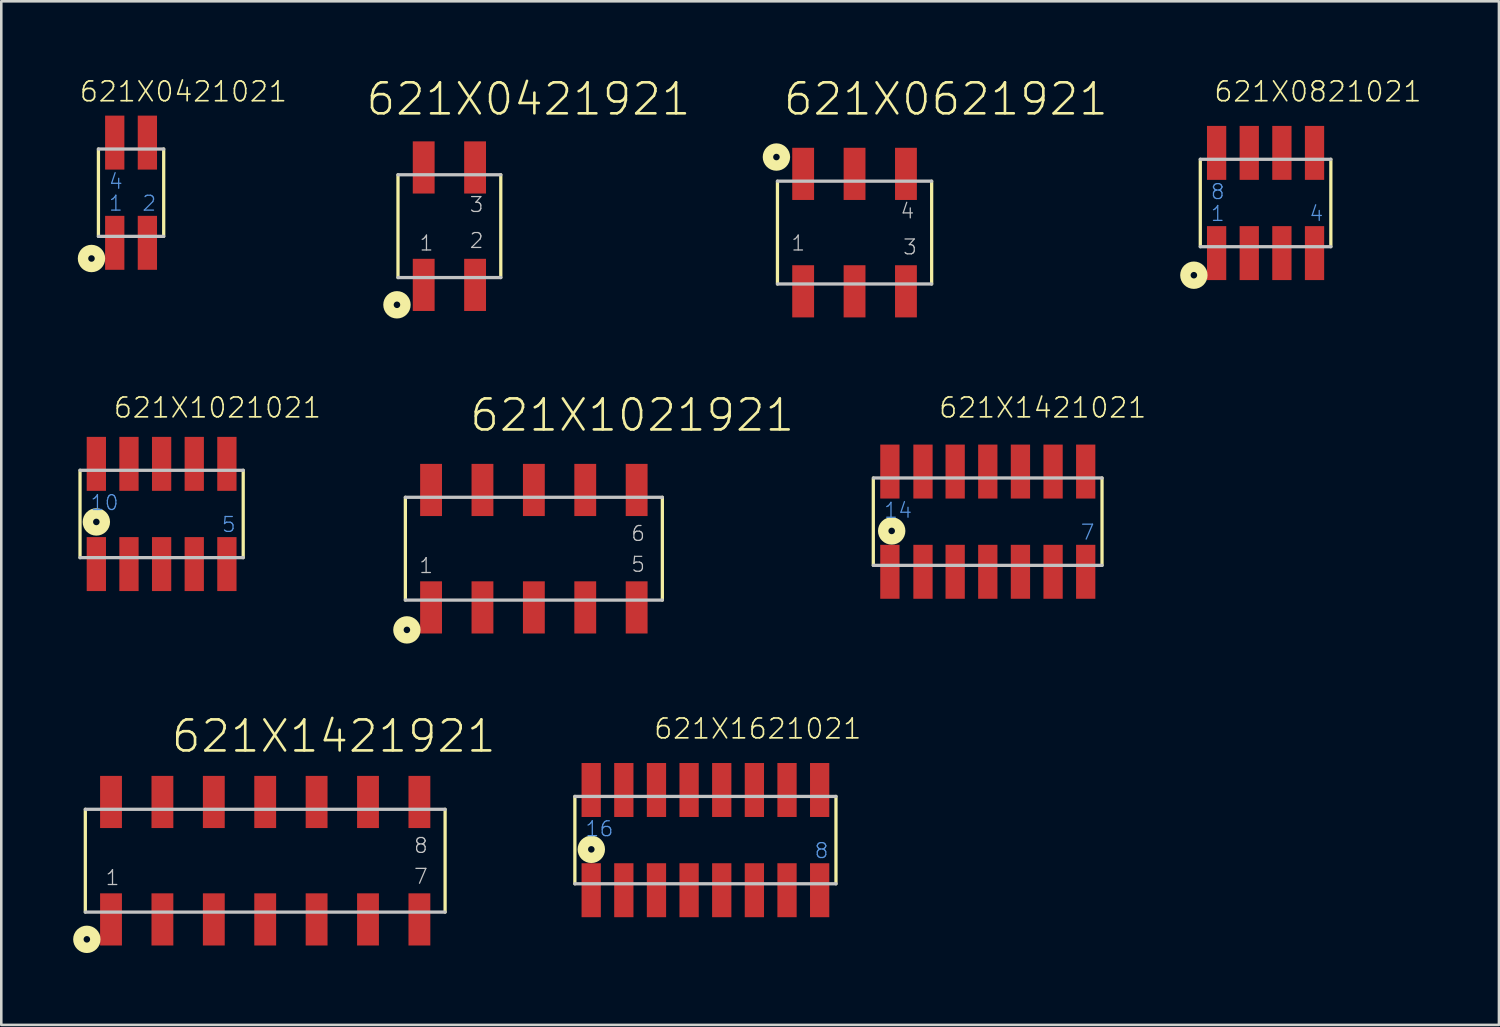
<source format=kicad_pcb>
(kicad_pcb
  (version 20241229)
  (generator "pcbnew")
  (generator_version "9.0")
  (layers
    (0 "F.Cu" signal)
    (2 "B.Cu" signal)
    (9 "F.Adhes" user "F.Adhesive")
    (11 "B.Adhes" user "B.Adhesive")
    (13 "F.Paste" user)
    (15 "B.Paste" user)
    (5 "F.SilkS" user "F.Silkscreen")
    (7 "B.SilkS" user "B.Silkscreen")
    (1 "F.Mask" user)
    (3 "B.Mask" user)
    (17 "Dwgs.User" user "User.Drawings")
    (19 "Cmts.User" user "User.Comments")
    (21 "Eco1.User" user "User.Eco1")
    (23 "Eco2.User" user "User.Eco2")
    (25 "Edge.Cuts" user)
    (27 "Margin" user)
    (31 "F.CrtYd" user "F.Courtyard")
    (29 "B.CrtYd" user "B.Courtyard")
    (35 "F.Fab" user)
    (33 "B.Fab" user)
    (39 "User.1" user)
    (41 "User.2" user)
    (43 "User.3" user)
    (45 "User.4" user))
  (footprint "621X1421021"
    (layer "F.Cu")
    (at 35.388 17.25)
    (property "Reference" "621X1421021" (at -1.95 -3.982 0) (layer "F.SilkS") (effects (font (size 0.772 0.772) (thickness 0.065)) (justify left bottom)))
    (attr through_hole)
    (fp_line (start -4.455 -1.7) (end -4.455 1.7) (stroke (width 0.127) (type solid)) (layer "F.SilkS"))
    (fp_line (start 4.445 1.7) (end 4.445 -1.7) (stroke (width 0.127) (type solid)) (layer "F.SilkS"))
    (fp_circle (center -3.74 0.36) (end -3.613 0.36) (stroke (width 0.406) (type solid)) (fill no) (layer "F.SilkS"))
    (fp_line (start -4.455 1.7) (end 4.445 1.7) (stroke (width 0.127) (type solid)) (layer "Dwgs.User"))
    (fp_line (start 4.445 -1.7) (end -4.445 -1.7) (stroke (width 0.127) (type solid)) (layer "Dwgs.User"))
    (fp_text user "7" (at 3.575 0.75 0) (layer "Cmts.User") (effects (font (size 0.579 0.579) (thickness 0.049)) (justify left bottom)))
    (fp_text user "14" (at -4.075 -0.1 0) (layer "Cmts.User") (effects (font (size 0.579 0.579) (thickness 0.049)) (justify left bottom)))
    (pad "1" smd rect (at -3.81 1.95) (size 0.75 2.1) (layers "F.Cu" "F.Mask" "F.Paste"))
    (pad "2" smd rect (at -2.522 1.95) (size 0.75 2.1) (layers "F.Cu" "F.Mask" "F.Paste"))
    (pad "3" smd rect (at -1.27 1.95) (size 0.75 2.1) (layers "F.Cu" "F.Mask" "F.Paste"))
    (pad "4" smd rect (at 0 1.95) (size 0.75 2.1) (layers "F.Cu" "F.Mask" "F.Paste"))
    (pad "5" smd rect (at 1.27 1.95) (size 0.75 2.1) (layers "F.Cu" "F.Mask" "F.Paste"))
    (pad "6" smd rect (at 2.54 1.95) (size 0.75 2.1) (layers "F.Cu" "F.Mask" "F.Paste"))
    (pad "7" smd rect (at 3.81 1.95) (size 0.75 2.1) (layers "F.Cu" "F.Mask" "F.Paste"))
    (pad "8" smd rect (at 3.81 -1.95) (size 0.75 2.1) (layers "F.Cu" "F.Mask" "F.Paste"))
    (pad "9" smd rect (at 2.54 -1.95) (size 0.75 2.1) (layers "F.Cu" "F.Mask" "F.Paste"))
    (pad "10" smd rect (at 1.27 -1.95) (size 0.75 2.1) (layers "F.Cu" "F.Mask" "F.Paste"))
    (pad "11" smd rect (at 0 -1.95) (size 0.75 2.1) (layers "F.Cu" "F.Mask" "F.Paste"))
    (pad "12" smd rect (at -1.27 -1.95) (size 0.75 2.1) (layers "F.Cu" "F.Mask" "F.Paste"))
    (pad "13" smd rect (at -2.522 -1.95) (size 0.75 2.1) (layers "F.Cu" "F.Mask" "F.Paste"))
    (pad "14" smd rect (at -3.81 -1.95) (size 0.75 2.1) (layers "F.Cu" "F.Mask" "F.Paste")))
  (footprint "621X0421921"
    (layer "F.Cu")
    (at 14.437 5.751)
    (property "Reference" "621X0421921" (at -3.307 -4.239 0) (layer "F.SilkS") (effects (font (size 1.206 1.206) (thickness 0.102)) (justify left bottom)))
    (attr through_hole)
    (fp_line (start -2 2) (end -2 -2) (stroke (width 0.127) (type solid)) (layer "F.SilkS"))
    (fp_line (start 2 -2) (end 2 2) (stroke (width 0.127) (type solid)) (layer "F.SilkS"))
    (fp_circle (center -2.04 3.06) (end -1.913 3.06) (stroke (width 0.406) (type solid)) (fill no) (layer "F.SilkS"))
    (fp_line (start -2 -2) (end 2 -2) (stroke (width 0.127) (type solid)) (layer "Dwgs.User"))
    (fp_line (start 2 2) (end -2 2) (stroke (width 0.127) (type solid)) (layer "Dwgs.User"))
    (fp_text user "1" (at -1.2 1 0) (layer "Dwgs.User") (effects (font (size 0.579 0.579) (thickness 0.049)) (justify left bottom)))
    (fp_text user "2" (at 0.75 0.9 0) (layer "Dwgs.User") (effects (font (size 0.579 0.579) (thickness 0.049)) (justify left bottom)))
    (fp_text user "3" (at 0.75 -0.5 0) (layer "Dwgs.User") (effects (font (size 0.579 0.579) (thickness 0.049)) (justify left bottom)))
    (pad "1" smd rect (at -1 2.285) (size 0.85 2.03) (layers "F.Cu" "F.Mask" "F.Paste"))
    (pad "2" smd rect (at 1 2.285) (size 0.85 2.03) (layers "F.Cu" "F.Mask" "F.Paste"))
    (pad "3" smd rect (at 1 -2.285) (size 0.85 2.03) (layers "F.Cu" "F.Mask" "F.Paste"))
    (pad "4" smd rect (at -1 -2.285) (size 0.85 2.03) (layers "F.Cu" "F.Mask" "F.Paste")))
  (footprint "621X1621021"
    (layer "F.Cu")
    (at 24.4 29.641)
    (property "Reference" "621X1621021" (at -2.05 -3.882 0) (layer "F.SilkS") (effects (font (size 0.772 0.772) (thickness 0.065)) (justify left bottom)))
    (attr through_hole)
    (fp_line (start -5.08 -1.7) (end -5.08 1.7) (stroke (width 0.127) (type solid)) (layer "F.SilkS"))
    (fp_line (start 5.08 -1.7) (end 5.08 1.7) (stroke (width 0.127) (type solid)) (layer "F.SilkS"))
    (fp_circle (center -4.44 0.36) (end -4.313 0.36) (stroke (width 0.406) (type solid)) (fill no) (layer "F.SilkS"))
    (fp_line (start -5.08 -1.7) (end 5.08 -1.7) (stroke (width 0.127) (type solid)) (layer "Dwgs.User"))
    (fp_line (start 5.08 1.7) (end -5.08 1.7) (stroke (width 0.127) (type solid)) (layer "Dwgs.User"))
    (fp_text user "16" (at -4.71 -0.1 0) (layer "Cmts.User") (effects (font (size 0.579 0.579) (thickness 0.049)) (justify left bottom)))
    (fp_text user "8" (at 4.21 0.75 0) (layer "Cmts.User") (effects (font (size 0.579 0.579) (thickness 0.049)) (justify left bottom)))
    (pad "1" smd rect (at -4.445 1.95) (size 0.75 2.1) (layers "F.Cu" "F.Mask" "F.Paste"))
    (pad "2" smd rect (at -3.175 1.95) (size 0.75 2.1) (layers "F.Cu" "F.Mask" "F.Paste"))
    (pad "3" smd rect (at -1.905 1.95) (size 0.75 2.1) (layers "F.Cu" "F.Mask" "F.Paste"))
    (pad "4" smd rect (at -0.635 1.95) (size 0.75 2.1) (layers "F.Cu" "F.Mask" "F.Paste"))
    (pad "5" smd rect (at 0.635 1.95) (size 0.75 2.1) (layers "F.Cu" "F.Mask" "F.Paste"))
    (pad "6" smd rect (at 1.905 1.95) (size 0.75 2.1) (layers "F.Cu" "F.Mask" "F.Paste"))
    (pad "7" smd rect (at 3.175 1.95) (size 0.75 2.1) (layers "F.Cu" "F.Mask" "F.Paste"))
    (pad "8" smd rect (at 4.445 1.95) (size 0.75 2.1) (layers "F.Cu" "F.Mask" "F.Paste"))
    (pad "9" smd rect (at 4.445 -1.95) (size 0.75 2.1) (layers "F.Cu" "F.Mask" "F.Paste"))
    (pad "10" smd rect (at 3.175 -1.95) (size 0.75 2.1) (layers "F.Cu" "F.Mask" "F.Paste"))
    (pad "11" smd rect (at 1.905 -1.95) (size 0.75 2.1) (layers "F.Cu" "F.Mask" "F.Paste"))
    (pad "12" smd rect (at 0.635 -1.95) (size 0.75 2.1) (layers "F.Cu" "F.Mask" "F.Paste"))
    (pad "13" smd rect (at -0.635 -1.95) (size 0.75 2.1) (layers "F.Cu" "F.Mask" "F.Paste"))
    (pad "14" smd rect (at -1.905 -1.95) (size 0.75 2.1) (layers "F.Cu" "F.Mask" "F.Paste"))
    (pad "15" smd rect (at -3.175 -1.95) (size 0.75 2.1) (layers "F.Cu" "F.Mask" "F.Paste"))
    (pad "16" smd rect (at -4.445 -1.95) (size 0.75 2.1) (layers "F.Cu" "F.Mask" "F.Paste")))
  (footprint "621X1021021"
    (layer "F.Cu")
    (at 3.239 16.95)
    (property "Reference" "621X1021021" (at -1.915 -3.682 0) (layer "F.SilkS") (effects (font (size 0.772 0.772) (thickness 0.065)) (justify left bottom)))
    (attr through_hole)
    (fp_line (start -3.175 -1.7) (end -3.175 1.7) (stroke (width 0.127) (type solid)) (layer "F.SilkS"))
    (fp_line (start 3.175 1.7) (end 3.175 -1.7) (stroke (width 0.127) (type solid)) (layer "F.SilkS"))
    (fp_circle (center -2.54 0.31) (end -2.413 0.31) (stroke (width 0.406) (type solid)) (fill no) (layer "F.SilkS"))
    (fp_line (start -3.175 1.7) (end 3.175 1.7) (stroke (width 0.127) (type solid)) (layer "Dwgs.User"))
    (fp_line (start 3.175 -1.7) (end -3.175 -1.7) (stroke (width 0.127) (type solid)) (layer "Dwgs.User"))
    (fp_text user "5" (at 2.305 0.75 0) (layer "Cmts.User") (effects (font (size 0.579 0.579) (thickness 0.049)) (justify left bottom)))
    (fp_text user "10" (at -2.805 -0.1 0) (layer "Cmts.User") (effects (font (size 0.579 0.579) (thickness 0.049)) (justify left bottom)))
    (pad "1" smd rect (at -2.54 1.95) (size 0.75 2.1) (layers "F.Cu" "F.Mask" "F.Paste"))
    (pad "2" smd rect (at -1.27 1.95) (size 0.75 2.1) (layers "F.Cu" "F.Mask" "F.Paste"))
    (pad "3" smd rect (at 0 1.95) (size 0.75 2.1) (layers "F.Cu" "F.Mask" "F.Paste"))
    (pad "4" smd rect (at 1.27 1.95) (size 0.75 2.1) (layers "F.Cu" "F.Mask" "F.Paste"))
    (pad "5" smd rect (at 2.54 1.95) (size 0.75 2.1) (layers "F.Cu" "F.Mask" "F.Paste"))
    (pad "6" smd rect (at 2.54 -1.95) (size 0.75 2.1) (layers "F.Cu" "F.Mask" "F.Paste"))
    (pad "7" smd rect (at 1.27 -1.95) (size 0.75 2.1) (layers "F.Cu" "F.Mask" "F.Paste"))
    (pad "8" smd rect (at 0 -1.95) (size 0.75 2.1) (layers "F.Cu" "F.Mask" "F.Paste"))
    (pad "9" smd rect (at -1.27 -1.95) (size 0.75 2.1) (layers "F.Cu" "F.Mask" "F.Paste"))
    (pad "10" smd rect (at -2.54 -1.95) (size 0.75 2.1) (layers "F.Cu" "F.Mask" "F.Paste")))
  (footprint "621X0421021"
    (layer "F.Cu")
    (at 2.05 4.449)
    (property "Reference" "621X0421021" (at -2.05 -3.482 0) (layer "F.SilkS") (effects (font (size 0.772 0.772) (thickness 0.065)) (justify left bottom)))
    (attr through_hole)
    (fp_line (start -1.27 -1.7) (end -1.27 1.7) (stroke (width 0.127) (type solid)) (layer "F.SilkS"))
    (fp_line (start 1.27 1.7) (end 1.27 -1.7) (stroke (width 0.127) (type solid)) (layer "F.SilkS"))
    (fp_circle (center -1.54 2.56) (end -1.413 2.56) (stroke (width 0.406) (type solid)) (fill no) (layer "F.SilkS"))
    (fp_line (start -1.27 1.7) (end 1.27 1.7) (stroke (width 0.127) (type solid)) (layer "Dwgs.User"))
    (fp_line (start 1.27 -1.7) (end -1.27 -1.7) (stroke (width 0.127) (type solid)) (layer "Dwgs.User"))
    (fp_text user "2" (at 0.4 0.75 0) (layer "Cmts.User") (effects (font (size 0.579 0.579) (thickness 0.049)) (justify left bottom)))
    (fp_text user "1" (at -0.9 0.75 0) (layer "Cmts.User") (effects (font (size 0.579 0.579) (thickness 0.049)) (justify left bottom)))
    (fp_text user "4" (at -0.9 -0.1 0) (layer "Cmts.User") (effects (font (size 0.579 0.579) (thickness 0.049)) (justify left bottom)))
    (pad "1" smd rect (at -0.635 1.95) (size 0.75 2.1) (layers "F.Cu" "F.Mask" "F.Paste"))
    (pad "2" smd rect (at 0.635 1.95) (size 0.75 2.1) (layers "F.Cu" "F.Mask" "F.Paste"))
    (pad "3" smd rect (at 0.635 -1.95) (size 0.75 2.1) (layers "F.Cu" "F.Mask" "F.Paste"))
    (pad "4" smd rect (at -0.635 -1.95) (size 0.75 2.1) (layers "F.Cu" "F.Mask" "F.Paste")))
  (footprint "621X1021921"
    (layer "F.Cu")
    (at 17.724 18.301)
    (property "Reference" "621X1021921" (at -2.557 -4.489 0) (layer "F.SilkS") (effects (font (size 1.206 1.206) (thickness 0.102)) (justify left bottom)))
    (attr through_hole)
    (fp_line (start -5 2) (end -5 -2) (stroke (width 0.127) (type solid)) (layer "F.SilkS"))
    (fp_line (start 5 -2) (end 5 2) (stroke (width 0.127) (type solid)) (layer "F.SilkS"))
    (fp_circle (center -4.94 3.16) (end -4.813 3.16) (stroke (width 0.406) (type solid)) (fill no) (layer "F.SilkS"))
    (fp_line (start -5 -2) (end 5 -2) (stroke (width 0.127) (type solid)) (layer "Dwgs.User"))
    (fp_line (start 5 2) (end -5 2) (stroke (width 0.127) (type solid)) (layer "Dwgs.User"))
    (fp_text user "1" (at -4.5 1 0) (layer "Dwgs.User") (effects (font (size 0.579 0.579) (thickness 0.049)) (justify left bottom)))
    (fp_text user "6" (at 3.75 -0.25 0) (layer "Dwgs.User") (effects (font (size 0.579 0.579) (thickness 0.049)) (justify left bottom)))
    (fp_text user "5" (at 3.75 0.95 0) (layer "Dwgs.User") (effects (font (size 0.579 0.579) (thickness 0.049)) (justify left bottom)))
    (pad "1" smd rect (at -4 2.285) (size 0.85 2.03) (layers "F.Cu" "F.Mask" "F.Paste"))
    (pad "2" smd rect (at -2 2.285) (size 0.85 2.03) (layers "F.Cu" "F.Mask" "F.Paste"))
    (pad "3" smd rect (at 0 2.285) (size 0.85 2.03) (layers "F.Cu" "F.Mask" "F.Paste"))
    (pad "4" smd rect (at 2 2.285) (size 0.85 2.03) (layers "F.Cu" "F.Mask" "F.Paste"))
    (pad "5" smd rect (at 4 2.285) (size 0.85 2.03) (layers "F.Cu" "F.Mask" "F.Paste"))
    (pad "6" smd rect (at 4 -2.285) (size 0.85 2.03) (layers "F.Cu" "F.Mask" "F.Paste"))
    (pad "7" smd rect (at 2 -2.285) (size 0.85 2.03) (layers "F.Cu" "F.Mask" "F.Paste"))
    (pad "8" smd rect (at 0 -2.285) (size 0.85 2.03) (layers "F.Cu" "F.Mask" "F.Paste"))
    (pad "9" smd rect (at -2 -2.285) (size 0.85 2.03) (layers "F.Cu" "F.Mask" "F.Paste"))
    (pad "10" smd rect (at -4 -2.285) (size 0.85 2.03) (layers "F.Cu" "F.Mask" "F.Paste")))
  (footprint "621X0621921"
    (layer "F.Cu")
    (at 30.203 6.001)
    (property "Reference" "621X0621921" (at -2.829 -4.489 0) (layer "F.SilkS") (effects (font (size 1.206 1.206) (thickness 0.102)) (justify left bottom)))
    (attr through_hole)
    (fp_line (start -3 2) (end -3 -2) (stroke (width 0.127) (type solid)) (layer "F.SilkS"))
    (fp_line (start 3 -2) (end 3 2) (stroke (width 0.127) (type solid)) (layer "F.SilkS"))
    (fp_circle (center -3.04 -2.94) (end -2.913 -2.94) (stroke (width 0.406) (type solid)) (fill no) (layer "F.SilkS"))
    (fp_line (start -3 -2) (end 3 -2) (stroke (width 0.127) (type solid)) (layer "Dwgs.User"))
    (fp_line (start 3 2) (end -3 2) (stroke (width 0.127) (type solid)) (layer "Dwgs.User"))
    (fp_text user "3" (at 1.85 0.9 0) (layer "Dwgs.User") (effects (font (size 0.579 0.579) (thickness 0.049)) (justify left bottom)))
    (fp_text user "4" (at 1.75 -0.5 0) (layer "Dwgs.User") (effects (font (size 0.579 0.579) (thickness 0.049)) (justify left bottom)))
    (fp_text user "1" (at -2.5 0.75 0) (layer "Dwgs.User") (effects (font (size 0.579 0.579) (thickness 0.049)) (justify left bottom)))
    (pad "1" smd rect (at -2 2.285) (size 0.85 2.03) (layers "F.Cu" "F.Mask" "F.Paste"))
    (pad "2" smd rect (at 0 2.285) (size 0.85 2.03) (layers "F.Cu" "F.Mask" "F.Paste"))
    (pad "3" smd rect (at 2 2.285) (size 0.85 2.03) (layers "F.Cu" "F.Mask" "F.Paste"))
    (pad "4" smd rect (at 2 -2.285) (size 0.85 2.03) (layers "F.Cu" "F.Mask" "F.Paste"))
    (pad "5" smd rect (at 0 -2.285) (size 0.85 2.03) (layers "F.Cu" "F.Mask" "F.Paste"))
    (pad "6" smd rect (at -2 -2.285) (size 0.85 2.03) (layers "F.Cu" "F.Mask" "F.Paste")))
  (footprint "621X1421921"
    (layer "F.Cu")
    (at 7.27 30.442)
    (property "Reference" "621X1421921" (at -3.717 -4.139 0) (layer "F.SilkS") (effects (font (size 1.206 1.206) (thickness 0.102)) (justify left bottom)))
    (attr through_hole)
    (fp_line (start -7 2) (end -7 -2) (stroke (width 0.127) (type solid)) (layer "F.SilkS"))
    (fp_line (start 7 -2) (end 7 2) (stroke (width 0.127) (type solid)) (layer "F.SilkS"))
    (fp_circle (center -6.94 3.06) (end -6.813 3.06) (stroke (width 0.406) (type solid)) (fill no) (layer "F.SilkS"))
    (fp_line (start -7 -2) (end 7 -2) (stroke (width 0.127) (type solid)) (layer "Dwgs.User"))
    (fp_line (start 7 2) (end -7 2) (stroke (width 0.127) (type solid)) (layer "Dwgs.User"))
    (fp_text user "1" (at -6.25 1 0) (layer "Dwgs.User") (effects (font (size 0.579 0.579) (thickness 0.049)) (justify left bottom)))
    (fp_text user "7" (at 5.75 0.95 0) (layer "Dwgs.User") (effects (font (size 0.579 0.579) (thickness 0.049)) (justify left bottom)))
    (fp_text user "8" (at 5.75 -0.25 0) (layer "Dwgs.User") (effects (font (size 0.579 0.579) (thickness 0.049)) (justify left bottom)))
    (pad "1" smd rect (at -6 2.285) (size 0.85 2.03) (layers "F.Cu" "F.Mask" "F.Paste"))
    (pad "2" smd rect (at -4 2.285) (size 0.85 2.03) (layers "F.Cu" "F.Mask" "F.Paste"))
    (pad "3" smd rect (at -2 2.285) (size 0.85 2.03) (layers "F.Cu" "F.Mask" "F.Paste"))
    (pad "4" smd rect (at 0 2.285) (size 0.85 2.03) (layers "F.Cu" "F.Mask" "F.Paste"))
    (pad "5" smd rect (at 2 2.285) (size 0.85 2.03) (layers "F.Cu" "F.Mask" "F.Paste"))
    (pad "6" smd rect (at 4 2.285) (size 0.85 2.03) (layers "F.Cu" "F.Mask" "F.Paste"))
    (pad "7" smd rect (at 6 2.285) (size 0.85 2.03) (layers "F.Cu" "F.Mask" "F.Paste"))
    (pad "8" smd rect (at 6 -2.285) (size 0.85 2.03) (layers "F.Cu" "F.Mask" "F.Paste"))
    (pad "9" smd rect (at 4 -2.285) (size 0.85 2.03) (layers "F.Cu" "F.Mask" "F.Paste"))
    (pad "10" smd rect (at 2 -2.285) (size 0.85 2.03) (layers "F.Cu" "F.Mask" "F.Paste"))
    (pad "11" smd rect (at 0 -2.285) (size 0.85 2.03) (layers "F.Cu" "F.Mask" "F.Paste"))
    (pad "12" smd rect (at -2 -2.285) (size 0.85 2.03) (layers "F.Cu" "F.Mask" "F.Paste"))
    (pad "13" smd rect (at -4 -2.285) (size 0.85 2.03) (layers "F.Cu" "F.Mask" "F.Paste"))
    (pad "14" smd rect (at -6 -2.285) (size 0.85 2.03) (layers "F.Cu" "F.Mask" "F.Paste")))
  (footprint "621X0821021"
    (layer "F.Cu")
    (at 46.197 4.849)
    (property "Reference" "621X0821021" (at -2.05 -3.882 0) (layer "F.SilkS") (effects (font (size 0.772 0.772) (thickness 0.065)) (justify left bottom)))
    (attr through_hole)
    (fp_line (start -2.54 -1.7) (end -2.54 1.7) (stroke (width 0.127) (type solid)) (layer "F.SilkS"))
    (fp_line (start 2.54 1.7) (end 2.54 -1.7) (stroke (width 0.127) (type solid)) (layer "F.SilkS"))
    (fp_circle (center -2.79 2.81) (end -2.663 2.81) (stroke (width 0.406) (type solid)) (fill no) (layer "F.SilkS"))
    (fp_line (start -2.54 1.7) (end 2.54 1.7) (stroke (width 0.127) (type solid)) (layer "Dwgs.User"))
    (fp_line (start 2.54 -1.7) (end -2.54 -1.7) (stroke (width 0.127) (type solid)) (layer "Dwgs.User"))
    (fp_text user "8" (at -2.17 -0.1 0) (layer "Cmts.User") (effects (font (size 0.579 0.579) (thickness 0.049)) (justify left bottom)))
    (fp_text user "4" (at 1.67 0.75 0) (layer "Cmts.User") (effects (font (size 0.579 0.579) (thickness 0.049)) (justify left bottom)))
    (fp_text user "1" (at -2.17 0.75 0) (layer "Cmts.User") (effects (font (size 0.579 0.579) (thickness 0.049)) (justify left bottom)))
    (pad "1" smd rect (at -1.905 1.95) (size 0.75 2.1) (layers "F.Cu" "F.Mask" "F.Paste"))
    (pad "2" smd rect (at -0.635 1.95) (size 0.75 2.1) (layers "F.Cu" "F.Mask" "F.Paste"))
    (pad "3" smd rect (at 0.635 1.95) (size 0.75 2.1) (layers "F.Cu" "F.Mask" "F.Paste"))
    (pad "4" smd rect (at 1.905 1.95) (size 0.75 2.1) (layers "F.Cu" "F.Mask" "F.Paste"))
    (pad "5" smd rect (at 1.905 -1.95) (size 0.75 2.1) (layers "F.Cu" "F.Mask" "F.Paste"))
    (pad "6" smd rect (at 0.635 -1.95) (size 0.75 2.1) (layers "F.Cu" "F.Mask" "F.Paste"))
    (pad "7" smd rect (at -0.635 -1.95) (size 0.75 2.1) (layers "F.Cu" "F.Mask" "F.Paste"))
    (pad "8" smd rect (at -1.905 -1.95) (size 0.75 2.1) (layers "F.Cu" "F.Mask" "F.Paste")))
  (gr_rect
    (start -3 -3)
    (end 55.278 36.832)
    (stroke (width 0.1) (type default))
    (fill no)
    (layer "Edge.Cuts")))
</source>
